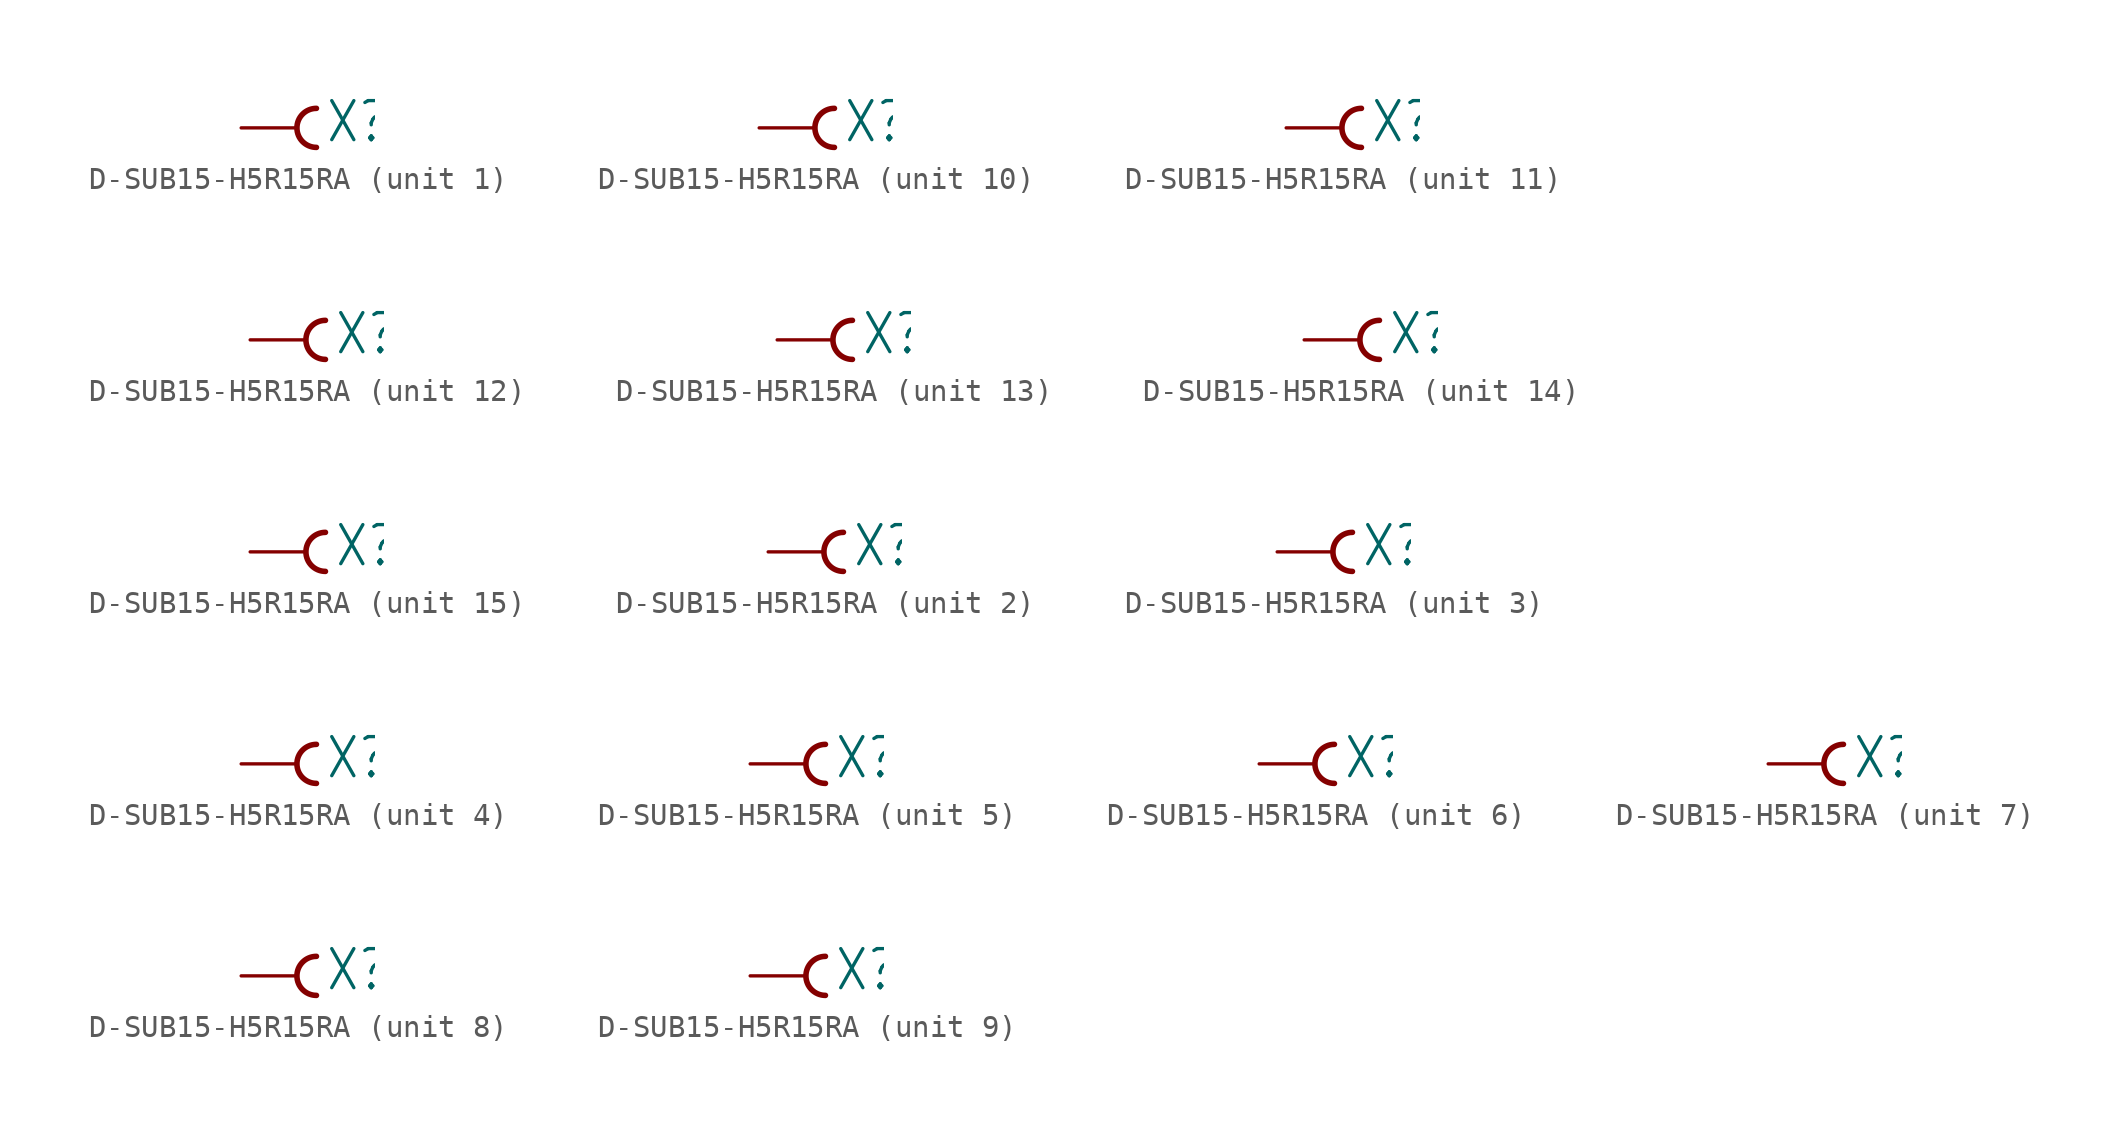
<source format=kicad_sym>
(kicad_symbol_lib
  (version 20220914)
  (generator kicad_symbol_editor)
  (symbol "D-SUB15-H5R15RA"
    (property "Reference" "X"
      (at 1.27 -0.762 0)
      (effects (font (size 1.778 1.511)) (justify left bottom)))
    (property "ki_locked" ""
      (at 0 0 0)
      (effects (font (size 1.27 1.27))))
    (symbol "D-SUB15-H5R15RA_1_0"
      (arc (start 0.889 0.889) (mid 0 0) (end 0.889 -0.889) (stroke (width 0.254) (type solid)) (fill (type none)))
      (pin passive line (at -2.54 0 0) (length 2.54) (name "F" (effects (font (size 0 0)))) (number "1" (effects (font (size 0 0))))))
    (symbol "D-SUB15-H5R15RA_2_0"
      (arc (start 0.889 0.889) (mid 0 0) (end 0.889 -0.889) (stroke (width 0.254) (type solid)) (fill (type none)))
      (pin passive line (at -2.54 0 0) (length 2.54) (name "F" (effects (font (size 0 0)))) (number "2" (effects (font (size 0 0))))))
    (symbol "D-SUB15-H5R15RA_3_0"
      (arc (start 0.889 0.889) (mid 0 0) (end 0.889 -0.889) (stroke (width 0.254) (type solid)) (fill (type none)))
      (pin passive line (at -2.54 0 0) (length 2.54) (name "F" (effects (font (size 0 0)))) (number "3" (effects (font (size 0 0))))))
    (symbol "D-SUB15-H5R15RA_4_0"
      (arc (start 0.889 0.889) (mid 0 0) (end 0.889 -0.889) (stroke (width 0.254) (type solid)) (fill (type none)))
      (pin passive line (at -2.54 0 0) (length 2.54) (name "F" (effects (font (size 0 0)))) (number "4" (effects (font (size 0 0))))))
    (symbol "D-SUB15-H5R15RA_5_0"
      (arc (start 0.889 0.889) (mid 0 0) (end 0.889 -0.889) (stroke (width 0.254) (type solid)) (fill (type none)))
      (pin passive line (at -2.54 0 0) (length 2.54) (name "F" (effects (font (size 0 0)))) (number "5" (effects (font (size 0 0))))))
    (symbol "D-SUB15-H5R15RA_6_0"
      (arc (start 0.889 0.889) (mid 0 0) (end 0.889 -0.889) (stroke (width 0.254) (type solid)) (fill (type none)))
      (pin passive line (at -2.54 0 0) (length 2.54) (name "F" (effects (font (size 0 0)))) (number "6" (effects (font (size 0 0))))))
    (symbol "D-SUB15-H5R15RA_7_0"
      (arc (start 0.889 0.889) (mid 0 0) (end 0.889 -0.889) (stroke (width 0.254) (type solid)) (fill (type none)))
      (pin passive line (at -2.54 0 0) (length 2.54) (name "F" (effects (font (size 0 0)))) (number "7" (effects (font (size 0 0))))))
    (symbol "D-SUB15-H5R15RA_8_0"
      (arc (start 0.889 0.889) (mid 0 0) (end 0.889 -0.889) (stroke (width 0.254) (type solid)) (fill (type none)))
      (pin passive line (at -2.54 0 0) (length 2.54) (name "F" (effects (font (size 0 0)))) (number "8" (effects (font (size 0 0))))))
    (symbol "D-SUB15-H5R15RA_9_0"
      (arc (start 0.889 0.889) (mid 0 0) (end 0.889 -0.889) (stroke (width 0.254) (type solid)) (fill (type none)))
      (pin passive line (at -2.54 0 0) (length 2.54) (name "F" (effects (font (size 0 0)))) (number "9" (effects (font (size 0 0))))))
    (symbol "D-SUB15-H5R15RA_10_0"
      (arc (start 0.889 0.889) (mid 0 0) (end 0.889 -0.889) (stroke (width 0.254) (type solid)) (fill (type none)))
      (pin passive line (at -2.54 0 0) (length 2.54) (name "F" (effects (font (size 0 0)))) (number "10" (effects (font (size 0 0))))))
    (symbol "D-SUB15-H5R15RA_11_0"
      (arc (start 0.889 0.889) (mid 0 0) (end 0.889 -0.889) (stroke (width 0.254) (type solid)) (fill (type none)))
      (pin passive line (at -2.54 0 0) (length 2.54) (name "F" (effects (font (size 0 0)))) (number "11" (effects (font (size 0 0))))))
    (symbol "D-SUB15-H5R15RA_12_0"
      (arc (start 0.889 0.889) (mid 0 0) (end 0.889 -0.889) (stroke (width 0.254) (type solid)) (fill (type none)))
      (pin passive line (at -2.54 0 0) (length 2.54) (name "F" (effects (font (size 0 0)))) (number "12" (effects (font (size 0 0))))))
    (symbol "D-SUB15-H5R15RA_13_0"
      (arc (start 0.889 0.889) (mid 0 0) (end 0.889 -0.889) (stroke (width 0.254) (type solid)) (fill (type none)))
      (pin passive line (at -2.54 0 0) (length 2.54) (name "F" (effects (font (size 0 0)))) (number "13" (effects (font (size 0 0))))))
    (symbol "D-SUB15-H5R15RA_14_0"
      (arc (start 0.889 0.889) (mid 0 0) (end 0.889 -0.889) (stroke (width 0.254) (type solid)) (fill (type none)))
      (pin passive line (at -2.54 0 0) (length 2.54) (name "F" (effects (font (size 0 0)))) (number "14" (effects (font (size 0 0))))))
    (symbol "D-SUB15-H5R15RA_15_0"
      (arc (start 0.889 0.889) (mid 0 0) (end 0.889 -0.889) (stroke (width 0.254) (type solid)) (fill (type none)))
      (pin passive line (at -2.54 0 0) (length 2.54) (name "F" (effects (font (size 0 0)))) (number "15" (effects (font (size 0 0))))))))
</source>
